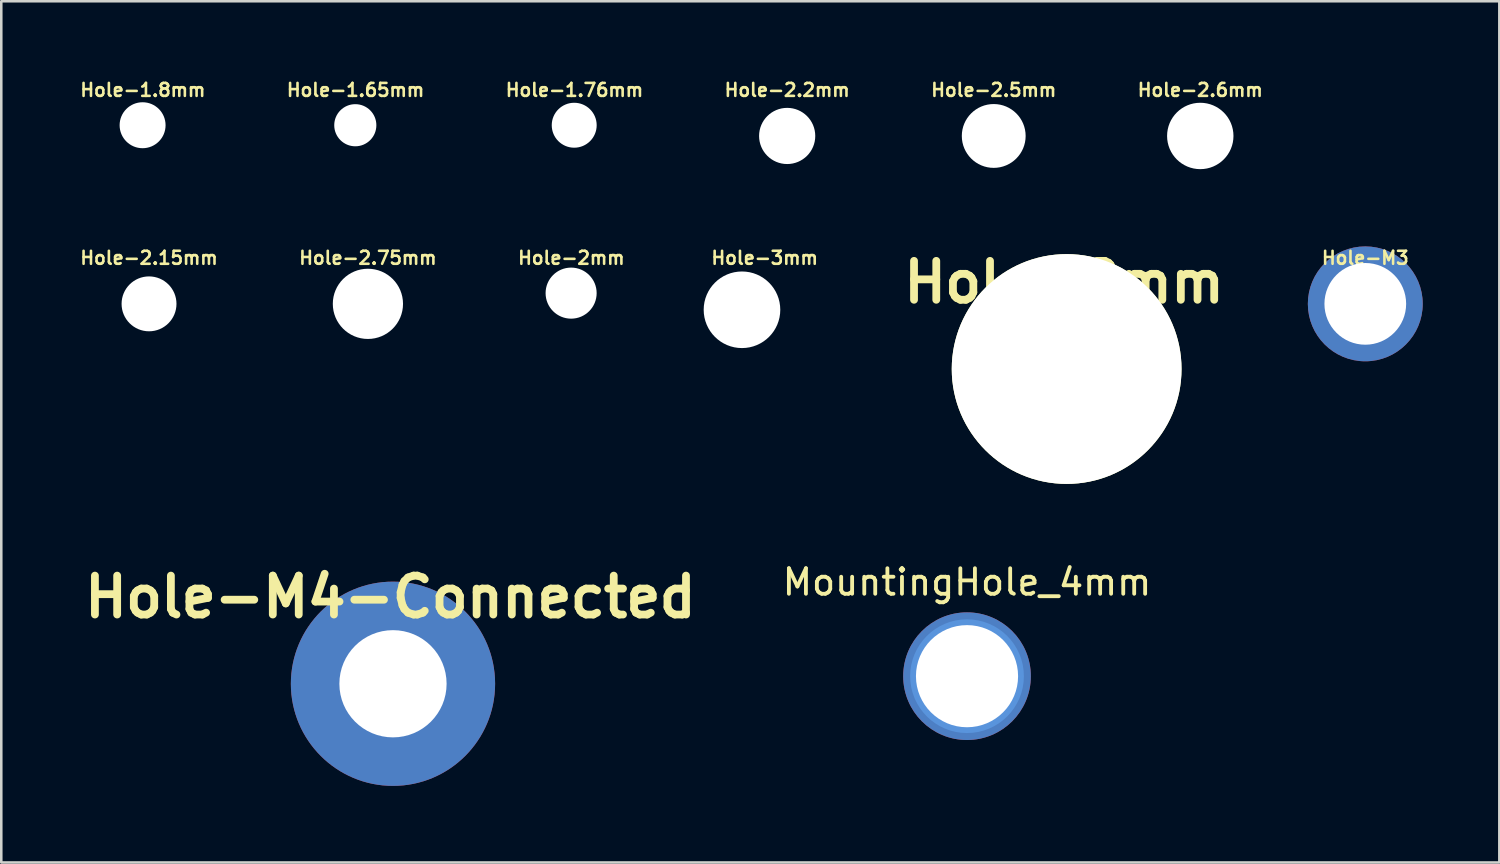
<source format=kicad_pcb>
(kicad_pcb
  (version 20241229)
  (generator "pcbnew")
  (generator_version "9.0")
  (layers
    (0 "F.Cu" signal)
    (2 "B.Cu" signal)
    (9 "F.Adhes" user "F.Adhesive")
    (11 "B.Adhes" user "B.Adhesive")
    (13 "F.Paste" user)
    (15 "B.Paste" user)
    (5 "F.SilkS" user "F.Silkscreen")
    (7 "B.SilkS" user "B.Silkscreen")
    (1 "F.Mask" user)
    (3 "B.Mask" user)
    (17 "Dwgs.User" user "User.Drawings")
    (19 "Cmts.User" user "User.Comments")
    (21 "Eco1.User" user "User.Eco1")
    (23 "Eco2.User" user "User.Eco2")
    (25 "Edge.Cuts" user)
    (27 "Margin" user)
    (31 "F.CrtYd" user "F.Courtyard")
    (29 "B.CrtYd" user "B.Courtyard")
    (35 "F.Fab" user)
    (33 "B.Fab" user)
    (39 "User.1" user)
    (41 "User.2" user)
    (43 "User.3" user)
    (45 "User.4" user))
  (footprint "Hole-2.5mm"
    (layer "F.Cu")
    (at 35.871 2.275)
    (property "Reference" "Hole-2.5mm" (at 0 -1.8 0) (layer "F.SilkS") (effects (font (size 0.508 0.508) (thickness 0.102))))
    (attr through_hole)
    (pad "" np_thru_hole circle (at 0 0) (size 2.5 2.5) (drill 2.5) (layers "*.Cu")))
  (footprint "Hole-M4-Connected"
    (layer "F.Cu")
    (at 12.342 23.731)
    (property "Reference" "Hole-M4-Connected" (at -0.099 -3.401 0) (layer "F.SilkS") (effects (font (size 1.524 1.524) (thickness 0.305))))
    (attr through_hole)
    (pad "1" thru_hole circle (at 0 0) (size 8 8) (drill 4.2) (layers "*.Cu" "*.Mask")))
  (footprint "Hole-1.8mm"
    (layer "F.Cu")
    (at 2.535 1.855)
    (property "Reference" "Hole-1.8mm" (at 0.01 -1.38 0) (layer "F.SilkS") (effects (font (size 0.508 0.508) (thickness 0.102))))
    (attr through_hole)
    (pad "" np_thru_hole circle (at 0 0) (size 1.8 1.8) (drill 1.8) (layers "F.Cu")))
  (footprint "Hole-1.76mm"
    (layer "F.Cu")
    (at 19.44 1.855)
    (property "Reference" "Hole-1.76mm" (at 0.01 -1.38 0) (layer "F.SilkS") (effects (font (size 0.508 0.508) (thickness 0.102))))
    (attr through_hole)
    (pad "" np_thru_hole circle (at 0 0) (size 1.76 1.76) (drill 1.76) (layers "*.Cu")))
  (footprint "Hole-2.2mm"
    (layer "F.Cu")
    (at 27.781 2.275)
    (property "Reference" "Hole-2.2mm" (at 0 -1.8 0) (layer "F.SilkS") (effects (font (size 0.508 0.508) (thickness 0.102))))
    (attr through_hole)
    (pad "" np_thru_hole circle (at 0 0) (size 2.2 2.2) (drill 2.2) (layers "*.Cu")))
  (footprint "Hole-1.65mm"
    (layer "F.Cu")
    (at 10.866 1.855)
    (property "Reference" "Hole-1.65mm" (at 0.01 -1.38 0) (layer "F.SilkS") (effects (font (size 0.508 0.508) (thickness 0.102))))
    (attr through_hole)
    (pad "" np_thru_hole circle (at 0 0) (size 1.65 1.65) (drill 1.65) (layers "*.Cu")))
  (footprint "Hole-2.6mm"
    (layer "F.Cu")
    (at 43.961 2.275)
    (property "Reference" "Hole-2.6mm" (at 0 -1.8 0) (layer "F.SilkS") (effects (font (size 0.508 0.508) (thickness 0.102))))
    (attr through_hole)
    (pad "" np_thru_hole circle (at 0 0) (size 2.6 2.6) (drill 2.6) (layers "*.Cu")))
  (footprint "MountingHole_4mm"
    (layer "F.Cu")
    (at 34.825 23.434)
    (property "Reference" "MountingHole_4mm" (at 0 -3.683 0) (layer "F.SilkS") (effects (font (size 1 1) (thickness 0.15))))
    (attr through_hole)
    (fp_circle (center 0 0) (end 2.1 0) (stroke (width 0.254) (type solid)) (fill no) (layer "Cmts.User"))
    (pad "1" thru_hole circle (at 0 0) (size 5 5) (drill 4) (layers "*.Cu")))
  (footprint "Hole-2.15mm"
    (layer "F.Cu")
    (at 2.787 8.851)
    (property "Reference" "Hole-2.15mm" (at 0 -1.8 0) (layer "F.SilkS") (effects (font (size 0.508 0.508) (thickness 0.102))))
    (attr through_hole)
    (pad "" np_thru_hole circle (at 0 0) (size 2.15 2.15) (drill 2.15) (layers "*.Cu")))
  (footprint "Hole-9mm"
    (layer "F.Cu")
    (at 38.727 11.403)
    (property "Reference" "Hole-9mm" (at -0.099 -3.401 0) (layer "F.SilkS") (effects (font (size 1.524 1.524) (thickness 0.305))))
    (attr through_hole)
    (pad "" np_thru_hole circle (at 0 0) (size 9 9) (drill 9) (layers "*.Cu" "*.Mask" "F.SilkS")))
  (footprint "Hole-2mm"
    (layer "F.Cu")
    (at 19.319 8.431)
    (property "Reference" "Hole-2mm" (at 0.01 -1.38 0) (layer "F.SilkS") (effects (font (size 0.508 0.508) (thickness 0.102))))
    (attr through_hole)
    (pad "" np_thru_hole circle (at 0 0) (size 2 2) (drill 2) (layers "*.Cu")))
  (footprint "Hole-2.75mm"
    (layer "F.Cu")
    (at 11.36 8.851)
    (property "Reference" "Hole-2.75mm" (at 0 -1.8 0) (layer "F.SilkS") (effects (font (size 0.508 0.508) (thickness 0.102))))
    (attr through_hole)
    (pad "" np_thru_hole circle (at 0 0) (size 2.75 2.75) (drill 2.75) (layers "*.Cu")))
  (footprint "Hole-M3"
    (layer "F.Cu")
    (at 50.424 8.851)
    (property "Reference" "Hole-M3" (at 0 -1.8 0) (layer "F.SilkS") (effects (font (size 0.508 0.508) (thickness 0.102))))
    (attr through_hole)
    (pad "" np_thru_hole circle (at 0 0) (size 4.5 4.5) (drill 3.2) (layers "*.Cu")))
  (footprint "Hole-3mm"
    (layer "F.Cu")
    (at 26.011 9.083)
    (property "Reference" "Hole-3mm" (at 0.889 -2.032 0) (layer "F.SilkS") (effects (font (size 0.508 0.508) (thickness 0.102))))
    (attr through_hole)
    (pad "" np_thru_hole circle (at 0 0) (size 3 3) (drill 3) (layers "*.Cu")))
  (gr_rect
    (start -3 -3)
    (end 55.674 30.731)
    (stroke (width 0.1) (type default))
    (fill no)
    (layer "Edge.Cuts")))
</source>
